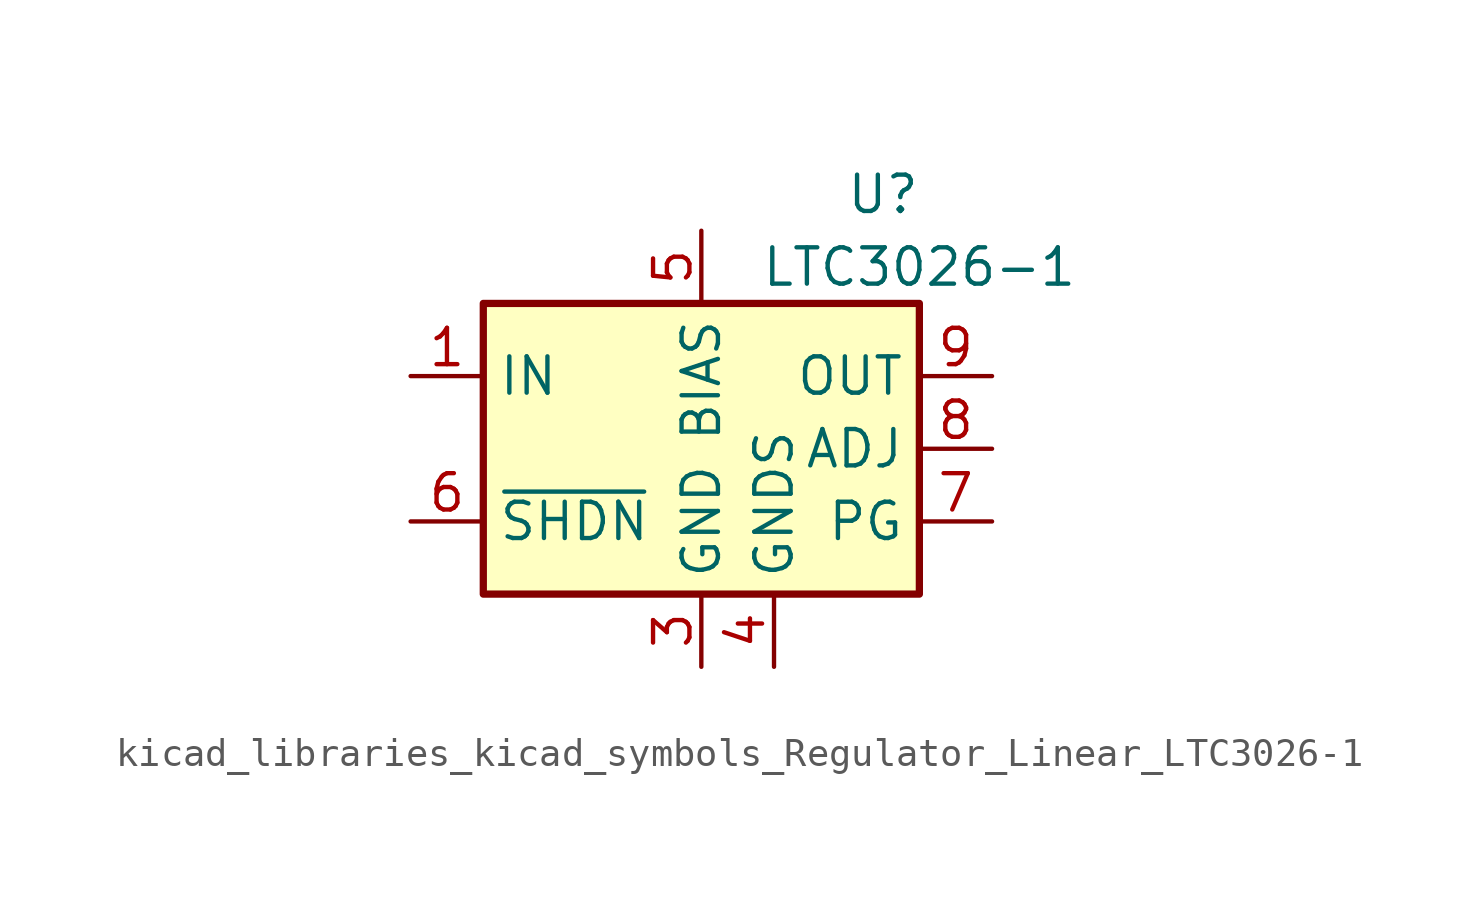
<source format=kicad_sym>
(kicad_symbol_lib
  (version 20220914)
  (generator kicad_symbol_editor)
  (symbol "kicad_libraries_kicad_symbols_Regulator_Linear_LTC3026-1"
    (property "Reference" "U"
      (at 6.35 8.89 0)
      (effects (font (size 1.27 1.27))))
    (property "Value" "LTC3026-1"
      (at 7.62 6.35 0)
      (effects (font (size 1.27 1.27))))
    (symbol "kicad_libraries_kicad_symbols_Regulator_Linear_LTC3026-1_0_1"
      (rectangle (start -7.62 5.08) (end 7.62 -5.08) (stroke (width 0.254) (type default)) (fill (type background))))
    (symbol "kicad_libraries_kicad_symbols_Regulator_Linear_LTC3026-1_1_1"
      (pin power_in line (at -10.16 2.54 0) (length 2.54) (name "IN" (effects (font (size 1.27 1.27)))) (number "1" (effects (font (size 1.27 1.27)))))
      (pin passive line (at 10.16 2.54 180) (length 2.54) hide (name "OUT" (effects (font (size 1.27 1.27)))) (number "10" (effects (font (size 1.27 1.27)))))
      (pin passive line (at 0 -7.62 90) (length 2.54) hide (name "GND" (effects (font (size 1.27 1.27)))) (number "11" (effects (font (size 1.27 1.27)))))
      (pin passive line (at -10.16 2.54 0) (length 2.54) hide (name "IN" (effects (font (size 1.27 1.27)))) (number "2" (effects (font (size 1.27 1.27)))))
      (pin power_in line (at 0 -7.62 90) (length 2.54) (name "GND" (effects (font (size 1.27 1.27)))) (number "3" (effects (font (size 1.27 1.27)))))
      (pin input line (at 2.54 -7.62 90) (length 2.54) (name "GNDS" (effects (font (size 1.27 1.27)))) (number "4" (effects (font (size 1.27 1.27)))))
      (pin power_in line (at 0 7.62 270) (length 2.54) (name "BIAS" (effects (font (size 1.27 1.27)))) (number "5" (effects (font (size 1.27 1.27)))))
      (pin input line (at -10.16 -2.54 0) (length 2.54) (name "~{SHDN}" (effects (font (size 1.27 1.27)))) (number "6" (effects (font (size 1.27 1.27)))))
      (pin open_collector line (at 10.16 -2.54 180) (length 2.54) (name "PG" (effects (font (size 1.27 1.27)))) (number "7" (effects (font (size 1.27 1.27)))))
      (pin input line (at 10.16 0 180) (length 2.54) (name "ADJ" (effects (font (size 1.27 1.27)))) (number "8" (effects (font (size 1.27 1.27)))))
      (pin power_out line (at 10.16 2.54 180) (length 2.54) (name "OUT" (effects (font (size 1.27 1.27)))) (number "9" (effects (font (size 1.27 1.27))))))))
</source>
